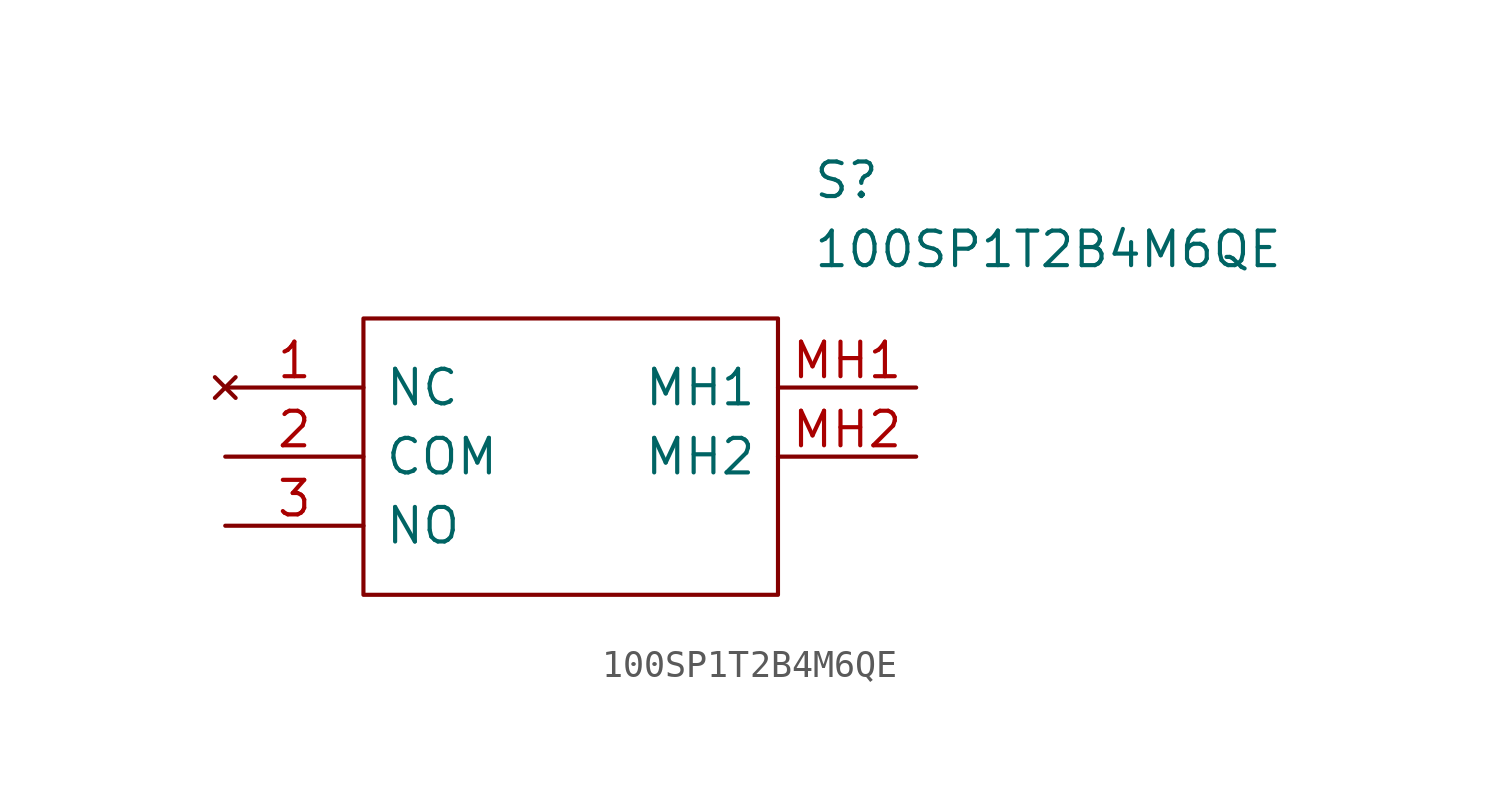
<source format=kicad_sym>
(kicad_symbol_lib
  (version 20220914)
  (generator kicad_symbol_editor)
  (symbol "100SP1T2B4M6QE"
    (pin_names
      (offset 0.762))
    (property "Reference" "S"
      (at 21.59 7.62 0)
      (effects (font (size 1.27 1.27)) (justify left)))
    (property "Value" "100SP1T2B4M6QE"
      (at 21.59 5.08 0)
      (effects (font (size 1.27 1.27)) (justify left)))
    (symbol "100SP1T2B4M6QE_0_0"
      (pin no_connect line (at 0 0 0) (length 5.08) (name "NC" (effects (font (size 1.27 1.27)))) (number "1" (effects (font (size 1.27 1.27)))))
      (pin passive line (at 0 -2.54 0) (length 5.08) (name "COM" (effects (font (size 1.27 1.27)))) (number "2" (effects (font (size 1.27 1.27)))))
      (pin passive line (at 0 -5.08 0) (length 5.08) (name "NO" (effects (font (size 1.27 1.27)))) (number "3" (effects (font (size 1.27 1.27)))))
      (pin passive line (at 25.4 0 180) (length 5.08) (name "MH1" (effects (font (size 1.27 1.27)))) (number "MH1" (effects (font (size 1.27 1.27)))))
      (pin passive line (at 25.4 -2.54 180) (length 5.08) (name "MH2" (effects (font (size 1.27 1.27)))) (number "MH2" (effects (font (size 1.27 1.27))))))
    (symbol "100SP1T2B4M6QE_0_1"
      (polyline (pts (xy 5.08 2.54) (xy 20.32 2.54) (xy 20.32 -7.62) (xy 5.08 -7.62) (xy 5.08 2.54)) (stroke (width 0.152) (type default)) (fill (type none))))))
</source>
